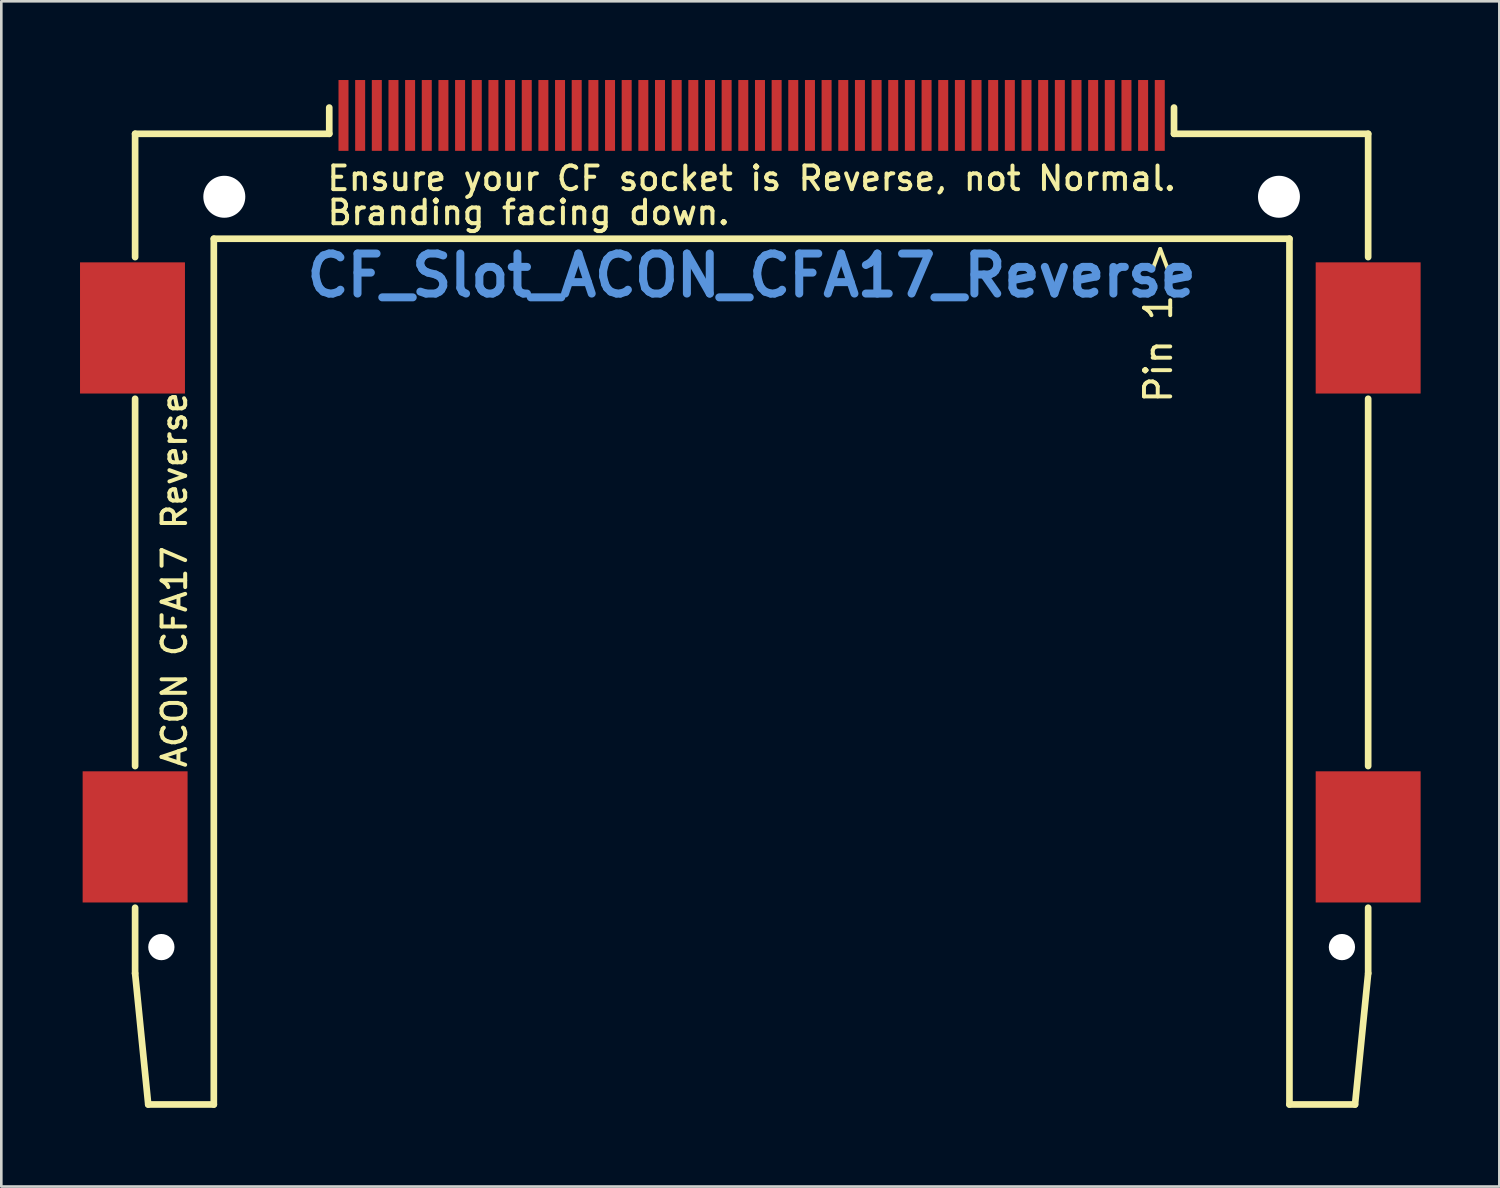
<source format=kicad_pcb>
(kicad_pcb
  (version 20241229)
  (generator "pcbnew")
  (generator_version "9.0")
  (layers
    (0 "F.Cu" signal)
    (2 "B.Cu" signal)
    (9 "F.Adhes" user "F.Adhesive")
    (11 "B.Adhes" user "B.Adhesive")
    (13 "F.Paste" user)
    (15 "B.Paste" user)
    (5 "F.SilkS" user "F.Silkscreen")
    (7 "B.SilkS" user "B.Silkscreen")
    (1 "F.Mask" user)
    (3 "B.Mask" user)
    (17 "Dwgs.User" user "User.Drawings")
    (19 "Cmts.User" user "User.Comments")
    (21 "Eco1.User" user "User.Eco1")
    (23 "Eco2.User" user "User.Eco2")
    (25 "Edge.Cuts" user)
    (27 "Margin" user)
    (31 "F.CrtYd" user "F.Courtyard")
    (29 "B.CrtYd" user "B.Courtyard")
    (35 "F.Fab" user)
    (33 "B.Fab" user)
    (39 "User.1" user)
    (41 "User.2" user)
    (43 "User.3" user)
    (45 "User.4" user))
  (footprint "CF_Slot_ACON_CFA17_Reverse"
    (layer "F.Cu")
    (at 25.6 6.75)
    (property "Reference" "CF_Slot_ACON_CFA17_Reverse" (at 0 0.7 0) (layer "Cmts.User") (effects (font (size 1.524 1.524) (thickness 0.305))))
    (attr through_hole)
    (fp_line (start -23.5 -4.7) (end -23.5 0) (stroke (width 0.254) (type solid)) (layer "F.SilkS"))
    (fp_line (start -23.5 -4.7) (end -16.1 -4.7) (stroke (width 0.254) (type solid)) (layer "F.SilkS"))
    (fp_line (start -23.5 5.4) (end -23.5 19.4) (stroke (width 0.254) (type solid)) (layer "F.SilkS"))
    (fp_line (start -23.5 24.8) (end -23.5 27.3) (stroke (width 0.254) (type solid)) (layer "F.SilkS"))
    (fp_line (start -23 32.3) (end -23.5 27.3) (stroke (width 0.254) (type solid)) (layer "F.SilkS"))
    (fp_line (start -20.5 -0.7) (end -20.5 32.3) (stroke (width 0.254) (type solid)) (layer "F.SilkS"))
    (fp_line (start -20.5 -0.7) (end 20.5 -0.7) (stroke (width 0.254) (type solid)) (layer "F.SilkS"))
    (fp_line (start -20.5 32.3) (end -23 32.3) (stroke (width 0.254) (type solid)) (layer "F.SilkS"))
    (fp_line (start -16.1 -4.7) (end -16.1 -5.7) (stroke (width 0.254) (type solid)) (layer "F.SilkS"))
    (fp_line (start 16.1 -4.7) (end 16.1 -5.7) (stroke (width 0.254) (type solid)) (layer "F.SilkS"))
    (fp_line (start 16.1 -4.7) (end 23.5 -4.7) (stroke (width 0.254) (type solid)) (layer "F.SilkS"))
    (fp_line (start 20.5 -0.7) (end 20.5 32.3) (stroke (width 0.254) (type solid)) (layer "F.SilkS"))
    (fp_line (start 20.5 32.3) (end 23 32.3) (stroke (width 0.254) (type solid)) (layer "F.SilkS"))
    (fp_line (start 23 32.3) (end 23.5 27.3) (stroke (width 0.254) (type solid)) (layer "F.SilkS"))
    (fp_line (start 23.5 -4.7) (end 23.5 0) (stroke (width 0.254) (type solid)) (layer "F.SilkS"))
    (fp_line (start 23.5 5.4) (end 23.5 19.4) (stroke (width 0.254) (type solid)) (layer "F.SilkS"))
    (fp_line (start 23.5 24.8) (end 23.5 27.3) (stroke (width 0.254) (type solid)) (layer "F.SilkS"))
    (fp_text user "Ensure your CF socket is Reverse, not Normal." (at 0 -3 0) (layer "F.SilkS") (effects (font (size 0.9 0.9) (thickness 0.152))))
    (fp_text user "ACON CFA17 Reverse" (at -22 12.3 90) (layer "F.SilkS") (effects (font (size 0.9 0.9) (thickness 0.152))))
    (fp_text user "Pin 1 >" (at 15.5 2.5 90) (unlocked yes) (layer "F.SilkS") (effects (font (size 1 1) (thickness 0.15))))
    (fp_text user "Branding facing down." (at -8.5 -1.7 0) (layer "F.SilkS") (effects (font (size 0.9 0.9) (thickness 0.152))))
    (pad "" smd rect (at -23.6 2.7) (size 4 5) (layers "F.Cu" "F.Mask" "F.Paste"))
    (pad "" smd rect (at -23.5 22.1) (size 4 5) (layers "F.Cu" "F.Mask" "F.Paste"))
    (pad "" np_thru_hole circle (at -22.5 26.3) (size 1 1) (drill 1) (layers "*.Cu" "*.Mask"))
    (pad "" np_thru_hole circle (at -20.1 -2.3) (size 1.6 1.6) (drill 1.6) (layers "*.Cu" "*.Mask"))
    (pad "" np_thru_hole circle (at 20.1 -2.3) (size 1.6 1.6) (drill 1.6) (layers "*.Cu" "*.Mask"))
    (pad "" np_thru_hole circle (at 22.5 26.3) (size 1 1) (drill 1) (layers "*.Cu" "*.Mask"))
    (pad "" smd rect (at 23.5 2.7) (size 4 5) (layers "F.Cu" "F.Mask" "F.Paste"))
    (pad "" smd rect (at 23.5 22.1) (size 4 5) (layers "F.Cu" "F.Mask" "F.Paste"))
    (pad "1" smd rect (at 15.557 -5.4) (size 0.381 2.7) (layers "F.Cu" "F.Mask" "F.Paste"))
    (pad "2" smd rect (at 14.287 -5.4) (size 0.381 2.7) (layers "F.Cu" "F.Mask" "F.Paste"))
    (pad "3" smd rect (at 13.018 -5.4) (size 0.381 2.7) (layers "F.Cu" "F.Mask" "F.Paste"))
    (pad "4" smd rect (at 11.748 -5.4) (size 0.381 2.7) (layers "F.Cu" "F.Mask" "F.Paste"))
    (pad "5" smd rect (at 10.477 -5.4) (size 0.381 2.7) (layers "F.Cu" "F.Mask" "F.Paste"))
    (pad "6" smd rect (at 9.207 -5.4) (size 0.381 2.7) (layers "F.Cu" "F.Mask" "F.Paste"))
    (pad "7" smd rect (at 7.938 -5.4) (size 0.381 2.7) (layers "F.Cu" "F.Mask" "F.Paste"))
    (pad "8" smd rect (at 6.668 -5.4) (size 0.381 2.7) (layers "F.Cu" "F.Mask" "F.Paste"))
    (pad "9" smd rect (at 5.397 -5.4) (size 0.381 2.7) (layers "F.Cu" "F.Mask" "F.Paste"))
    (pad "10" smd rect (at 4.128 -5.4) (size 0.381 2.7) (layers "F.Cu" "F.Mask" "F.Paste"))
    (pad "11" smd rect (at 2.857 -5.4) (size 0.381 2.7) (layers "F.Cu" "F.Mask" "F.Paste"))
    (pad "12" smd rect (at 1.587 -5.4) (size 0.381 2.7) (layers "F.Cu" "F.Mask" "F.Paste"))
    (pad "13" smd rect (at 0.318 -5.4) (size 0.381 2.7) (layers "F.Cu" "F.Mask" "F.Paste"))
    (pad "14" smd rect (at -0.953 -5.4) (size 0.381 2.7) (layers "F.Cu" "F.Mask" "F.Paste"))
    (pad "15" smd rect (at -2.223 -5.4) (size 0.381 2.7) (layers "F.Cu" "F.Mask" "F.Paste"))
    (pad "16" smd rect (at -3.493 -5.4) (size 0.381 2.7) (layers "F.Cu" "F.Mask" "F.Paste"))
    (pad "17" smd rect (at -4.763 -5.4) (size 0.381 2.7) (layers "F.Cu" "F.Mask" "F.Paste"))
    (pad "18" smd rect (at -6.032 -5.4) (size 0.381 2.7) (layers "F.Cu" "F.Mask" "F.Paste"))
    (pad "19" smd rect (at -7.303 -5.4) (size 0.381 2.7) (layers "F.Cu" "F.Mask" "F.Paste"))
    (pad "20" smd rect (at -8.572 -5.4) (size 0.381 2.7) (layers "F.Cu" "F.Mask" "F.Paste"))
    (pad "21" smd rect (at -9.842 -5.4) (size 0.381 2.7) (layers "F.Cu" "F.Mask" "F.Paste"))
    (pad "22" smd rect (at -11.113 -5.4) (size 0.381 2.7) (layers "F.Cu" "F.Mask" "F.Paste"))
    (pad "23" smd rect (at -12.383 -5.4) (size 0.381 2.7) (layers "F.Cu" "F.Mask" "F.Paste"))
    (pad "24" smd rect (at -13.652 -5.4) (size 0.381 2.7) (layers "F.Cu" "F.Mask" "F.Paste"))
    (pad "25" smd rect (at -14.922 -5.4) (size 0.381 2.7) (layers "F.Cu" "F.Mask" "F.Paste"))
    (pad "26" smd rect (at 14.922 -5.4) (size 0.381 2.7) (layers "F.Cu" "F.Mask" "F.Paste"))
    (pad "27" smd rect (at 13.652 -5.4) (size 0.381 2.7) (layers "F.Cu" "F.Mask" "F.Paste"))
    (pad "28" smd rect (at 12.383 -5.4) (size 0.381 2.7) (layers "F.Cu" "F.Mask" "F.Paste"))
    (pad "29" smd rect (at 11.113 -5.4) (size 0.381 2.7) (layers "F.Cu" "F.Mask" "F.Paste"))
    (pad "30" smd rect (at 9.842 -5.4) (size 0.381 2.7) (layers "F.Cu" "F.Mask" "F.Paste"))
    (pad "31" smd rect (at 8.572 -5.4) (size 0.381 2.7) (layers "F.Cu" "F.Mask" "F.Paste"))
    (pad "32" smd rect (at 7.303 -5.4) (size 0.381 2.7) (layers "F.Cu" "F.Mask" "F.Paste"))
    (pad "33" smd rect (at 6.032 -5.4) (size 0.381 2.7) (layers "F.Cu" "F.Mask" "F.Paste"))
    (pad "34" smd rect (at 4.763 -5.4) (size 0.381 2.7) (layers "F.Cu" "F.Mask" "F.Paste"))
    (pad "35" smd rect (at 3.493 -5.4) (size 0.381 2.7) (layers "F.Cu" "F.Mask" "F.Paste"))
    (pad "36" smd rect (at 2.223 -5.4) (size 0.381 2.7) (layers "F.Cu" "F.Mask" "F.Paste"))
    (pad "37" smd rect (at 0.953 -5.4) (size 0.381 2.7) (layers "F.Cu" "F.Mask" "F.Paste"))
    (pad "38" smd rect (at -0.318 -5.4) (size 0.381 2.7) (layers "F.Cu" "F.Mask" "F.Paste"))
    (pad "39" smd rect (at -1.587 -5.4) (size 0.381 2.7) (layers "F.Cu" "F.Mask" "F.Paste"))
    (pad "40" smd rect (at -2.857 -5.4) (size 0.381 2.7) (layers "F.Cu" "F.Mask" "F.Paste"))
    (pad "41" smd rect (at -4.128 -5.4) (size 0.381 2.7) (layers "F.Cu" "F.Mask" "F.Paste"))
    (pad "42" smd rect (at -5.397 -5.4) (size 0.381 2.7) (layers "F.Cu" "F.Mask" "F.Paste"))
    (pad "43" smd rect (at -6.668 -5.4) (size 0.381 2.7) (layers "F.Cu" "F.Mask" "F.Paste"))
    (pad "44" smd rect (at -7.938 -5.4) (size 0.381 2.7) (layers "F.Cu" "F.Mask" "F.Paste"))
    (pad "45" smd rect (at -9.207 -5.4) (size 0.381 2.7) (layers "F.Cu" "F.Mask" "F.Paste"))
    (pad "46" smd rect (at -10.477 -5.4) (size 0.381 2.7) (layers "F.Cu" "F.Mask" "F.Paste"))
    (pad "47" smd rect (at -11.748 -5.4) (size 0.381 2.7) (layers "F.Cu" "F.Mask" "F.Paste"))
    (pad "48" smd rect (at -13.018 -5.4) (size 0.381 2.7) (layers "F.Cu" "F.Mask" "F.Paste"))
    (pad "49" smd rect (at -14.287 -5.4) (size 0.381 2.7) (layers "F.Cu" "F.Mask" "F.Paste"))
    (pad "50" smd rect (at -15.557 -5.4) (size 0.381 2.7) (layers "F.Cu" "F.Mask" "F.Paste")))
  (gr_rect
    (start -3 -3)
    (end 54.1 42.177)
    (stroke (width 0.1) (type default))
    (fill no)
    (layer "Edge.Cuts")))
</source>
